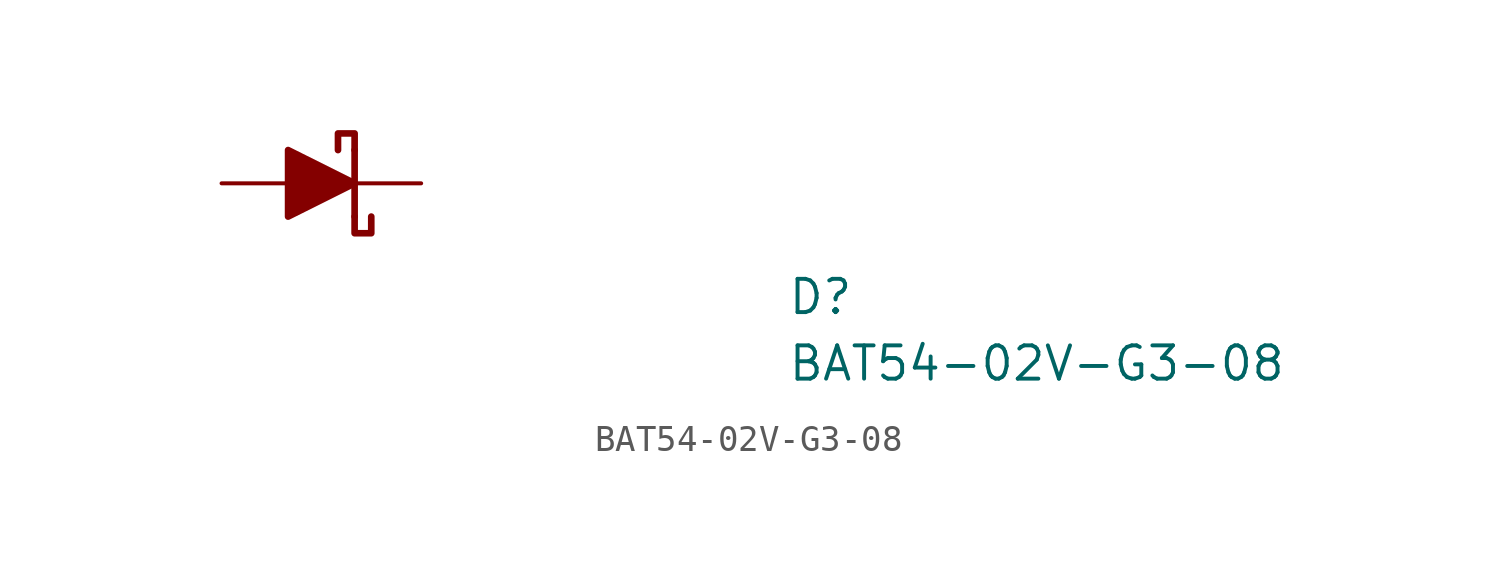
<source format=kicad_sym>
(kicad_symbol_lib
  (version 20211014)
  (generator kicad_symbol_editor)
  (symbol "BAT54-02V-G3-08"
    (pin_numbers hide)
    (pin_names hide)
    (property "Reference" "D"
      (at 21.59 -5.08 0)
      (effects (font (size 1.27 1.27) (thickness 0.15)) (justify left bottom)))
    (property "Value" "BAT54-02V-G3-08"
      (at 21.59 -7.62 0)
      (effects (font (size 1.27 1.27) (thickness 0.15)) (justify left bottom)))
    (symbol "BAT54-02V-G3-08_1_1"
      (polyline (pts (xy 5.08 1.27) (xy 5.08 -1.27)) (stroke (width 0.254) (type default) (color 0 0 0 0)) (fill (type none)))
      (polyline (pts (xy 2.54 1.27) (xy 2.54 -1.27) (xy 5.08 0) (xy 2.54 1.27)) (stroke (width 0.254) (type default) (color 0 0 0 0)) (fill (type outline)))
      (polyline (pts (xy 5.08 -1.27) (xy 5.08 -1.905) (xy 5.715 -1.905) (xy 5.715 -1.27)) (stroke (width 0.254) (type default) (color 0 0 0 0)) (fill (type none)))
      (polyline (pts (xy 5.08 1.27) (xy 5.08 1.905) (xy 4.445 1.905) (xy 4.445 1.27)) (stroke (width 0.254) (type default) (color 0 0 0 0)) (fill (type none)))
      (pin passive line (at 7.62 0 180) (length 2.54) (name "1" (effects (font (size 1.27 1.27)))) (number "1" (effects (font (size 1.27 1.27)))))
      (pin passive line (at 0 0 0) (length 2.54) (name "2" (effects (font (size 1.27 1.27)))) (number "2" (effects (font (size 1.27 1.27))))))))
</source>
